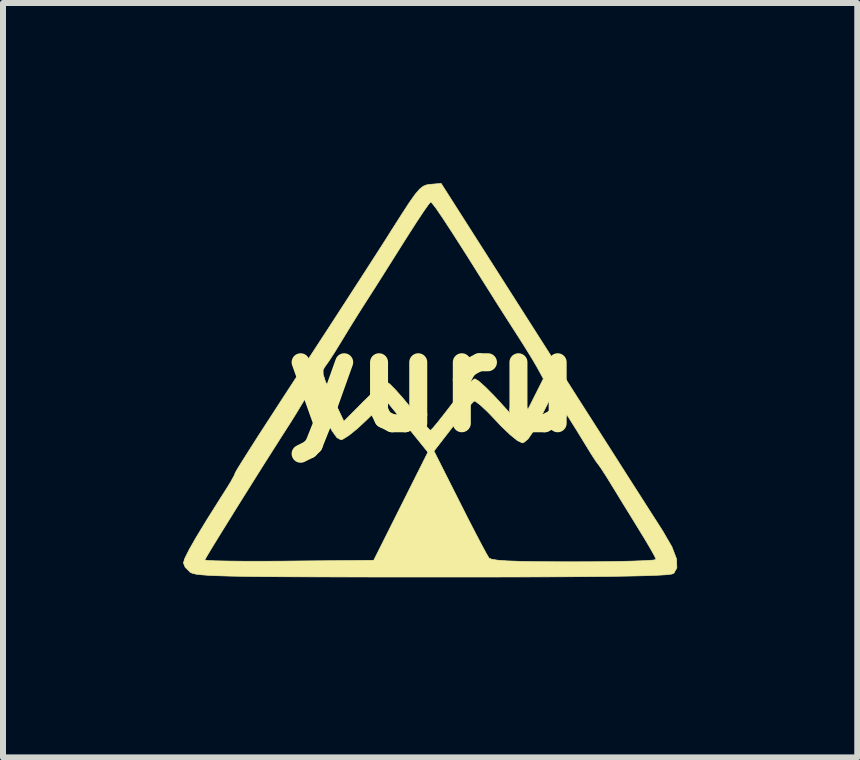
<source format=kicad_pcb>
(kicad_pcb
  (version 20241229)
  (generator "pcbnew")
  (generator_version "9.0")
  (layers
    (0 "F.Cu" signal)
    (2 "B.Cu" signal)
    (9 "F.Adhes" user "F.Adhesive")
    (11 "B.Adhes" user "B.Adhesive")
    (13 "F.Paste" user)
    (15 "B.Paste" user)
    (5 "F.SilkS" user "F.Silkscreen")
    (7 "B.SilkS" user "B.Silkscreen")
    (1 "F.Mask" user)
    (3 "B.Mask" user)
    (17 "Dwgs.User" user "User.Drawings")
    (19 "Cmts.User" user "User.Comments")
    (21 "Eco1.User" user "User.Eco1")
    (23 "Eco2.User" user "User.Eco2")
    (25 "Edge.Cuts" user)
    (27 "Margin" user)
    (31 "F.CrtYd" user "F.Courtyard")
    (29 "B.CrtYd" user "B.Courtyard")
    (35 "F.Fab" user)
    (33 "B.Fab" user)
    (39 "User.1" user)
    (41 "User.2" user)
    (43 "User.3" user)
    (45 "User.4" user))
  (footprint "yuru"
    (layer "F.Cu")
    (at 4.171 3.311)
    (property "Reference" "yuru" (at 0 0 0) (layer "F.SilkS") (effects (font (size 1.524 1.524) (thickness 0.3))))
    (attr through_hole)
    (fp_poly (pts (xy 1.852 -0.599) (xy 2.162 -0.112) (xy 2.461 0.358) (xy 2.746 0.804) (xy 3.009 1.216) (xy 3.245 1.587) (xy 3.45 1.907) (xy 3.617 2.169) (xy 3.741 2.362) (xy 3.816 2.48) (xy 3.82 2.486) (xy 3.972 2.748) (xy 4.049 2.95) (xy 4.054 3.099) (xy 4.003 3.19) (xy 3.967 3.202) (xy 3.88 3.213) (xy 3.738 3.221) (xy 3.534 3.229) (xy 3.265 3.235) (xy 2.925 3.241) (xy 2.509 3.245) (xy 2.011 3.248) (xy 1.427 3.25) (xy 0.752 3.251) (xy 0.001 3.251) (xy -0.733 3.251) (xy -1.371 3.25) (xy -1.922 3.249) (xy -2.391 3.247) (xy -2.785 3.245) (xy -3.111 3.241) (xy -3.375 3.236) (xy -3.585 3.23) (xy -3.746 3.223) (xy -3.866 3.214) (xy -3.952 3.204) (xy -4.009 3.191) (xy -4.044 3.177) (xy -4.053 3.172) (xy -4.137 3.087) (xy -4.166 3.016) (xy -4.151 2.967) (xy -3.81 2.967) (xy -3.761 2.975) (xy -3.624 2.981) (xy -3.411 2.985) (xy -3.135 2.988) (xy -2.809 2.988) (xy -2.447 2.986) (xy -2.403 2.985) (xy -0.996 2.972) (xy -0.093 1.171) (xy -0.108 1.153) (xy 0.008 1.153) (xy 0.441 2.012) (xy 0.579 2.285) (xy 0.705 2.529) (xy 0.81 2.729) (xy 0.886 2.869) (xy 0.925 2.934) (xy 0.925 2.934) (xy 0.968 2.954) (xy 1.066 2.97) (xy 1.227 2.982) (xy 1.46 2.99) (xy 1.774 2.995) (xy 2.178 2.997) (xy 2.343 2.997) (xy 2.704 2.996) (xy 3.028 2.992) (xy 3.304 2.986) (xy 3.518 2.978) (xy 3.657 2.969) (xy 3.708 2.959) (xy 3.708 2.959) (xy 3.683 2.902) (xy 3.615 2.78) (xy 3.517 2.614) (xy 3.456 2.515) (xy 3.311 2.278) (xy 3.152 2.021) (xy 3.012 1.791) (xy 2.988 1.753) (xy 2.885 1.585) (xy 2.8 1.453) (xy 2.748 1.379) (xy 2.742 1.372) (xy 2.703 1.319) (xy 2.627 1.202) (xy 2.53 1.044) (xy 2.513 1.016) (xy 2.387 0.81) (xy 2.253 0.597) (xy 2.151 0.438) (xy 1.988 0.191) (xy 1.781 0.604) (xy 1.665 0.82) (xy 1.575 0.952) (xy 1.503 1.011) (xy 1.477 1.016) (xy 1.399 0.979) (xy 1.275 0.879) (xy 1.122 0.732) (xy 1.05 0.655) (xy 0.905 0.503) (xy 0.782 0.388) (xy 0.7 0.326) (xy 0.676 0.32) (xy 0.628 0.37) (xy 0.534 0.482) (xy 0.409 0.637) (xy 0.32 0.75) (xy 0.008 1.153) (xy -0.108 1.153) (xy -0.44 0.742) (xy -0.787 0.314) (xy -1.119 0.639) (xy -1.275 0.784) (xy -1.414 0.895) (xy -1.515 0.958) (xy -1.542 0.965) (xy -1.608 0.93) (xy -1.689 0.818) (xy -1.792 0.62) (xy -1.82 0.559) (xy -1.906 0.378) (xy -1.979 0.239) (xy -2.026 0.162) (xy -2.035 0.153) (xy -2.076 0.192) (xy -2.146 0.293) (xy -2.188 0.362) (xy -2.28 0.515) (xy -2.365 0.652) (xy -2.388 0.688) (xy -2.523 0.898) (xy -2.681 1.147) (xy -2.855 1.421) (xy -3.035 1.708) (xy -3.214 1.993) (xy -3.383 2.265) (xy -3.535 2.51) (xy -3.661 2.715) (xy -3.753 2.867) (xy -3.803 2.953) (xy -3.81 2.967) (xy -4.151 2.967) (xy -4.142 2.939) (xy -4.071 2.796) (xy -3.95 2.584) (xy -3.776 2.298) (xy -3.547 1.934) (xy -3.467 1.809) (xy -3.379 1.667) (xy -3.319 1.558) (xy -3.302 1.514) (xy -3.275 1.465) (xy -3.198 1.34) (xy -3.078 1.15) (xy -2.92 0.902) (xy -2.73 0.609) (xy -2.515 0.277) (xy -2.281 -0.082) (xy -2.244 -0.138) (xy -2.205 -0.198) (xy -1.839 -0.198) (xy -1.838 -0.127) (xy -1.803 -0.016) (xy -1.727 0.158) (xy -1.687 0.245) (xy -1.493 0.657) (xy -1.167 0.329) (xy -1.017 0.183) (xy -0.889 0.071) (xy -0.803 0.008) (xy -0.782 0) (xy -0.727 0.037) (xy -0.627 0.139) (xy -0.497 0.286) (xy -0.4 0.404) (xy -0.262 0.573) (xy -0.149 0.707) (xy -0.073 0.79) (xy -0.051 0.809) (xy -0.012 0.771) (xy 0.074 0.668) (xy 0.193 0.517) (xy 0.299 0.379) (xy 0.438 0.202) (xy 0.561 0.06) (xy 0.652 -0.029) (xy 0.689 -0.051) (xy 0.75 -0.015) (xy 0.859 0.081) (xy 0.999 0.221) (xy 1.101 0.331) (xy 1.446 0.712) (xy 1.638 0.33) (xy 1.83 -0.052) (xy 1.726 -0.242) (xy 1.648 -0.376) (xy 1.535 -0.559) (xy 1.41 -0.757) (xy 1.382 -0.8) (xy 1.253 -1.001) (xy 1.093 -1.251) (xy 0.927 -1.515) (xy 0.817 -1.689) (xy 0.546 -2.121) (xy 0.325 -2.466) (xy 0.156 -2.725) (xy 0.038 -2.898) (xy -0.031 -2.985) (xy -0.047 -2.997) (xy -0.082 -2.956) (xy -0.162 -2.843) (xy -0.275 -2.673) (xy -0.412 -2.46) (xy -0.508 -2.308) (xy -0.673 -2.046) (xy -0.835 -1.789) (xy -0.98 -1.56) (xy -1.093 -1.384) (xy -1.127 -1.331) (xy -1.251 -1.136) (xy -1.395 -0.904) (xy -1.528 -0.686) (xy -1.637 -0.508) (xy -1.734 -0.357) (xy -1.802 -0.261) (xy -1.811 -0.249) (xy -1.839 -0.198) (xy -2.205 -0.198) (xy -1.981 -0.54) (xy -1.714 -0.95) (xy -1.454 -1.351) (xy -1.21 -1.728) (xy -0.993 -2.065) (xy -0.813 -2.345) (xy -0.706 -2.515) (xy -0.532 -2.788) (xy -0.402 -2.988) (xy -0.305 -3.125) (xy -0.231 -3.211) (xy -0.169 -3.26) (xy -0.11 -3.283) (xy -0.049 -3.291) (xy 0.127 -3.306) (xy 1.852 -0.599)) (stroke (width 0.01) (type solid)) (fill yes) (layer "F.SilkS")))
  (gr_rect
    (start -3 -3)
    (end 11.23 9.567)
    (stroke (width 0.1) (type default))
    (fill no)
    (layer "Edge.Cuts")))
</source>
